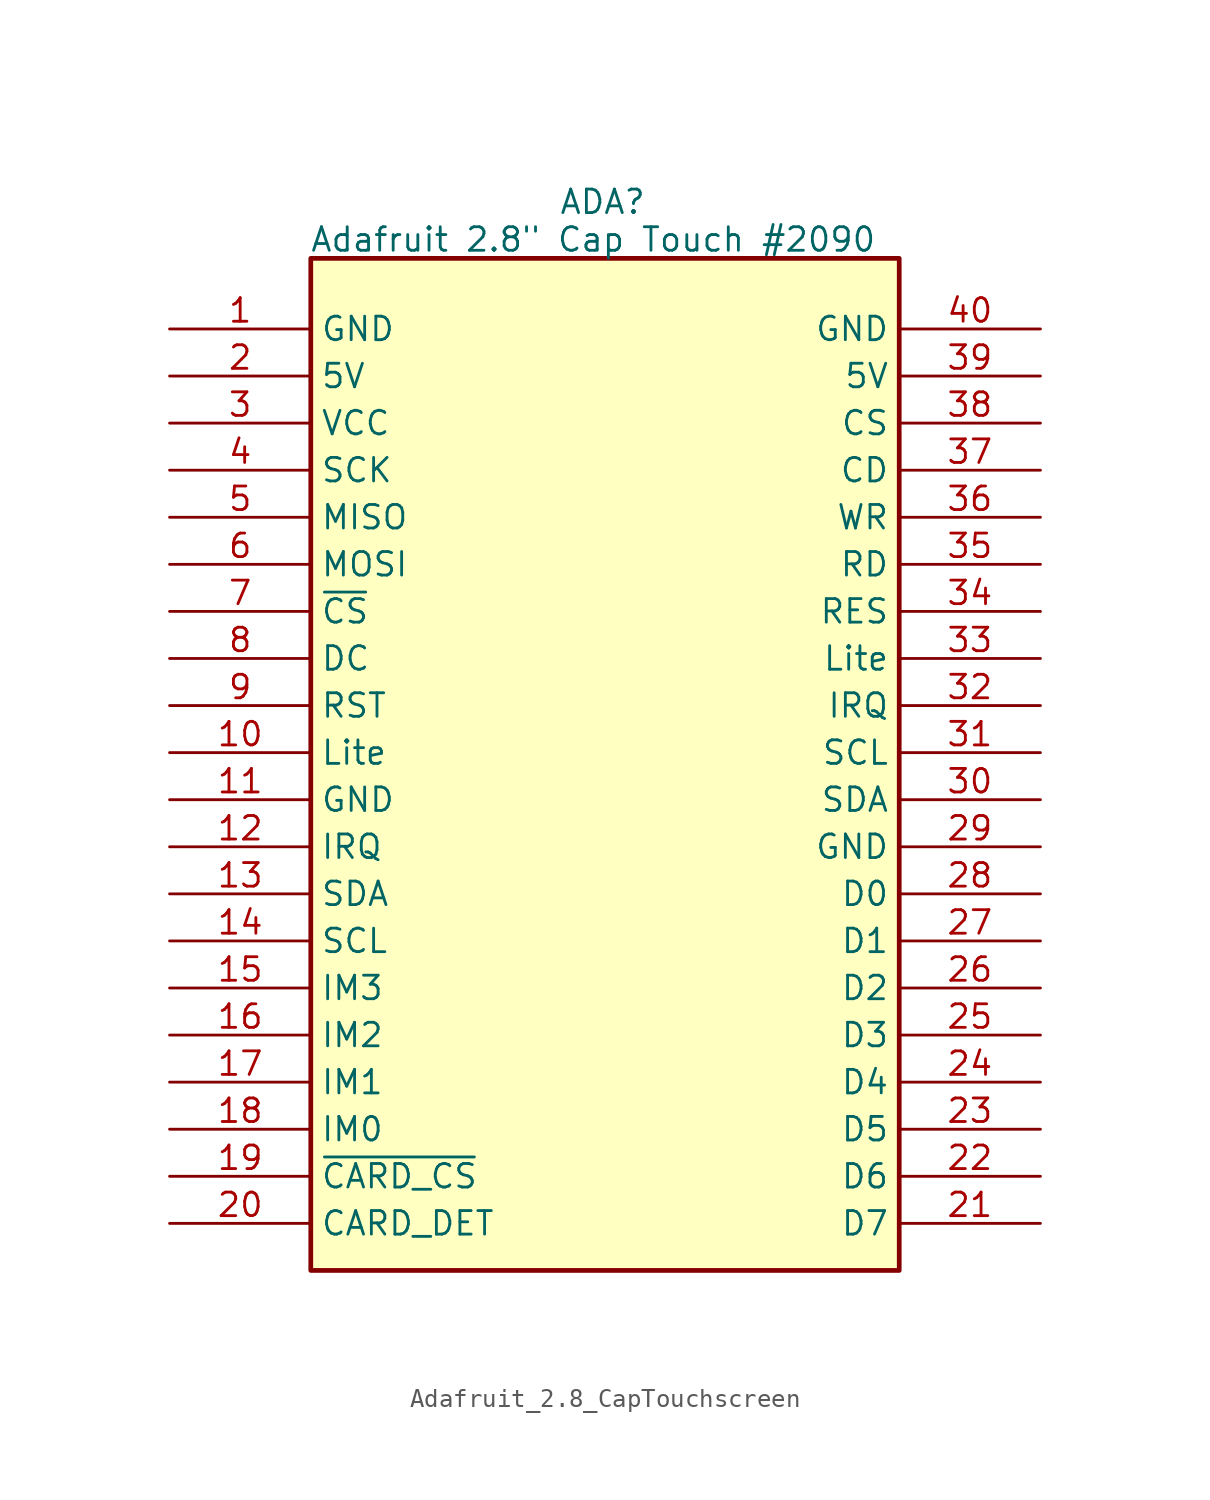
<source format=kicad_sym>
(kicad_symbol_lib
  (version 20231120)
  (generator "kicad_symbol_editor")
  (generator_version "8.0")
  (symbol "Adafruit_2.8_CapTouchscreen"
    (property "Reference" "ADA"
      (at 15.748 3.048 0)
      (effects (font (size 1.27 1.27))))
    (property "Value" "Adafruit 2.8\" Cap Touch #2090"
      (at 15.24 1.016 0)
      (effects (font (size 1.27 1.27))))
    (symbol "Adafruit_2.8_CapTouchscreen_0_1"
      (rectangle (start 0 0) (end 31.75 -54.61) (stroke (width 0.254) (type default)) (fill (type background))))
    (symbol "Adafruit_2.8_CapTouchscreen_1_1"
      (pin input line (at -7.62 -3.81 0) (length 7.62) (name "GND" (effects (font (size 1.27 1.27)))) (number "1" (effects (font (size 1.27 1.27)))))
      (pin input line (at -7.62 -26.67 0) (length 7.62) (name "Lite" (effects (font (size 1.27 1.27)))) (number "10" (effects (font (size 1.27 1.27)))))
      (pin input line (at -7.62 -29.21 0) (length 7.62) (name "GND" (effects (font (size 1.27 1.27)))) (number "11" (effects (font (size 1.27 1.27)))))
      (pin input line (at -7.62 -31.75 0) (length 7.62) (name "IRQ" (effects (font (size 1.27 1.27)))) (number "12" (effects (font (size 1.27 1.27)))))
      (pin input line (at -7.62 -34.29 0) (length 7.62) (name "SDA" (effects (font (size 1.27 1.27)))) (number "13" (effects (font (size 1.27 1.27)))))
      (pin input line (at -7.62 -36.83 0) (length 7.62) (name "SCL" (effects (font (size 1.27 1.27)))) (number "14" (effects (font (size 1.27 1.27)))))
      (pin input line (at -7.62 -39.37 0) (length 7.62) (name "IM3" (effects (font (size 1.27 1.27)))) (number "15" (effects (font (size 1.27 1.27)))))
      (pin input line (at -7.62 -41.91 0) (length 7.62) (name "IM2" (effects (font (size 1.27 1.27)))) (number "16" (effects (font (size 1.27 1.27)))))
      (pin input line (at -7.62 -44.45 0) (length 7.62) (name "IM1" (effects (font (size 1.27 1.27)))) (number "17" (effects (font (size 1.27 1.27)))))
      (pin input line (at -7.62 -46.99 0) (length 7.62) (name "IM0" (effects (font (size 1.27 1.27)))) (number "18" (effects (font (size 1.27 1.27)))))
      (pin input line (at -7.62 -49.53 0) (length 7.62) (name "~{CARD_CS}" (effects (font (size 1.27 1.27)))) (number "19" (effects (font (size 1.27 1.27)))))
      (pin input line (at -7.62 -6.35 0) (length 7.62) (name "5V" (effects (font (size 1.27 1.27)))) (number "2" (effects (font (size 1.27 1.27)))))
      (pin input line (at -7.62 -52.07 0) (length 7.62) (name "CARD_DET" (effects (font (size 1.27 1.27)))) (number "20" (effects (font (size 1.27 1.27)))))
      (pin input line (at 39.37 -52.07 180) (length 7.62) (name "D7" (effects (font (size 1.27 1.27)))) (number "21" (effects (font (size 1.27 1.27)))))
      (pin input line (at 39.37 -49.53 180) (length 7.62) (name "D6" (effects (font (size 1.27 1.27)))) (number "22" (effects (font (size 1.27 1.27)))))
      (pin input line (at 39.37 -46.99 180) (length 7.62) (name "D5" (effects (font (size 1.27 1.27)))) (number "23" (effects (font (size 1.27 1.27)))))
      (pin input line (at 39.37 -44.45 180) (length 7.62) (name "D4" (effects (font (size 1.27 1.27)))) (number "24" (effects (font (size 1.27 1.27)))))
      (pin input line (at 39.37 -41.91 180) (length 7.62) (name "D3" (effects (font (size 1.27 1.27)))) (number "25" (effects (font (size 1.27 1.27)))))
      (pin input line (at 39.37 -39.37 180) (length 7.62) (name "D2" (effects (font (size 1.27 1.27)))) (number "26" (effects (font (size 1.27 1.27)))))
      (pin input line (at 39.37 -36.83 180) (length 7.62) (name "D1" (effects (font (size 1.27 1.27)))) (number "27" (effects (font (size 1.27 1.27)))))
      (pin input line (at 39.37 -34.29 180) (length 7.62) (name "D0" (effects (font (size 1.27 1.27)))) (number "28" (effects (font (size 1.27 1.27)))))
      (pin input line (at 39.37 -31.75 180) (length 7.62) (name "GND" (effects (font (size 1.27 1.27)))) (number "29" (effects (font (size 1.27 1.27)))))
      (pin input line (at -7.62 -8.89 0) (length 7.62) (name "VCC" (effects (font (size 1.27 1.27)))) (number "3" (effects (font (size 1.27 1.27)))))
      (pin input line (at 39.37 -29.21 180) (length 7.62) (name "SDA" (effects (font (size 1.27 1.27)))) (number "30" (effects (font (size 1.27 1.27)))))
      (pin input line (at 39.37 -26.67 180) (length 7.62) (name "SCL" (effects (font (size 1.27 1.27)))) (number "31" (effects (font (size 1.27 1.27)))))
      (pin input line (at 39.37 -24.13 180) (length 7.62) (name "IRQ" (effects (font (size 1.27 1.27)))) (number "32" (effects (font (size 1.27 1.27)))))
      (pin input line (at 39.37 -21.59 180) (length 7.62) (name "Lite" (effects (font (size 1.27 1.27)))) (number "33" (effects (font (size 1.27 1.27)))))
      (pin input line (at 39.37 -19.05 180) (length 7.62) (name "RES" (effects (font (size 1.27 1.27)))) (number "34" (effects (font (size 1.27 1.27)))))
      (pin input line (at 39.37 -16.51 180) (length 7.62) (name "RD" (effects (font (size 1.27 1.27)))) (number "35" (effects (font (size 1.27 1.27)))))
      (pin input line (at 39.37 -13.97 180) (length 7.62) (name "WR" (effects (font (size 1.27 1.27)))) (number "36" (effects (font (size 1.27 1.27)))))
      (pin input line (at 39.37 -11.43 180) (length 7.62) (name "CD" (effects (font (size 1.27 1.27)))) (number "37" (effects (font (size 1.27 1.27)))))
      (pin input line (at 39.37 -8.89 180) (length 7.62) (name "CS" (effects (font (size 1.27 1.27)))) (number "38" (effects (font (size 1.27 1.27)))))
      (pin input line (at 39.37 -6.35 180) (length 7.62) (name "5V" (effects (font (size 1.27 1.27)))) (number "39" (effects (font (size 1.27 1.27)))))
      (pin input line (at -7.62 -11.43 0) (length 7.62) (name "SCK" (effects (font (size 1.27 1.27)))) (number "4" (effects (font (size 1.27 1.27)))))
      (pin input line (at 39.37 -3.81 180) (length 7.62) (name "GND" (effects (font (size 1.27 1.27)))) (number "40" (effects (font (size 1.27 1.27)))))
      (pin input line (at -7.62 -13.97 0) (length 7.62) (name "MISO" (effects (font (size 1.27 1.27)))) (number "5" (effects (font (size 1.27 1.27)))))
      (pin input line (at -7.62 -16.51 0) (length 7.62) (name "MOSI" (effects (font (size 1.27 1.27)))) (number "6" (effects (font (size 1.27 1.27)))))
      (pin input line (at -7.62 -19.05 0) (length 7.62) (name "~{CS}" (effects (font (size 1.27 1.27)))) (number "7" (effects (font (size 1.27 1.27)))))
      (pin input line (at -7.62 -21.59 0) (length 7.62) (name "DC" (effects (font (size 1.27 1.27)))) (number "8" (effects (font (size 1.27 1.27)))))
      (pin input line (at -7.62 -24.13 0) (length 7.62) (name "RST" (effects (font (size 1.27 1.27)))) (number "9" (effects (font (size 1.27 1.27))))))))
</source>
